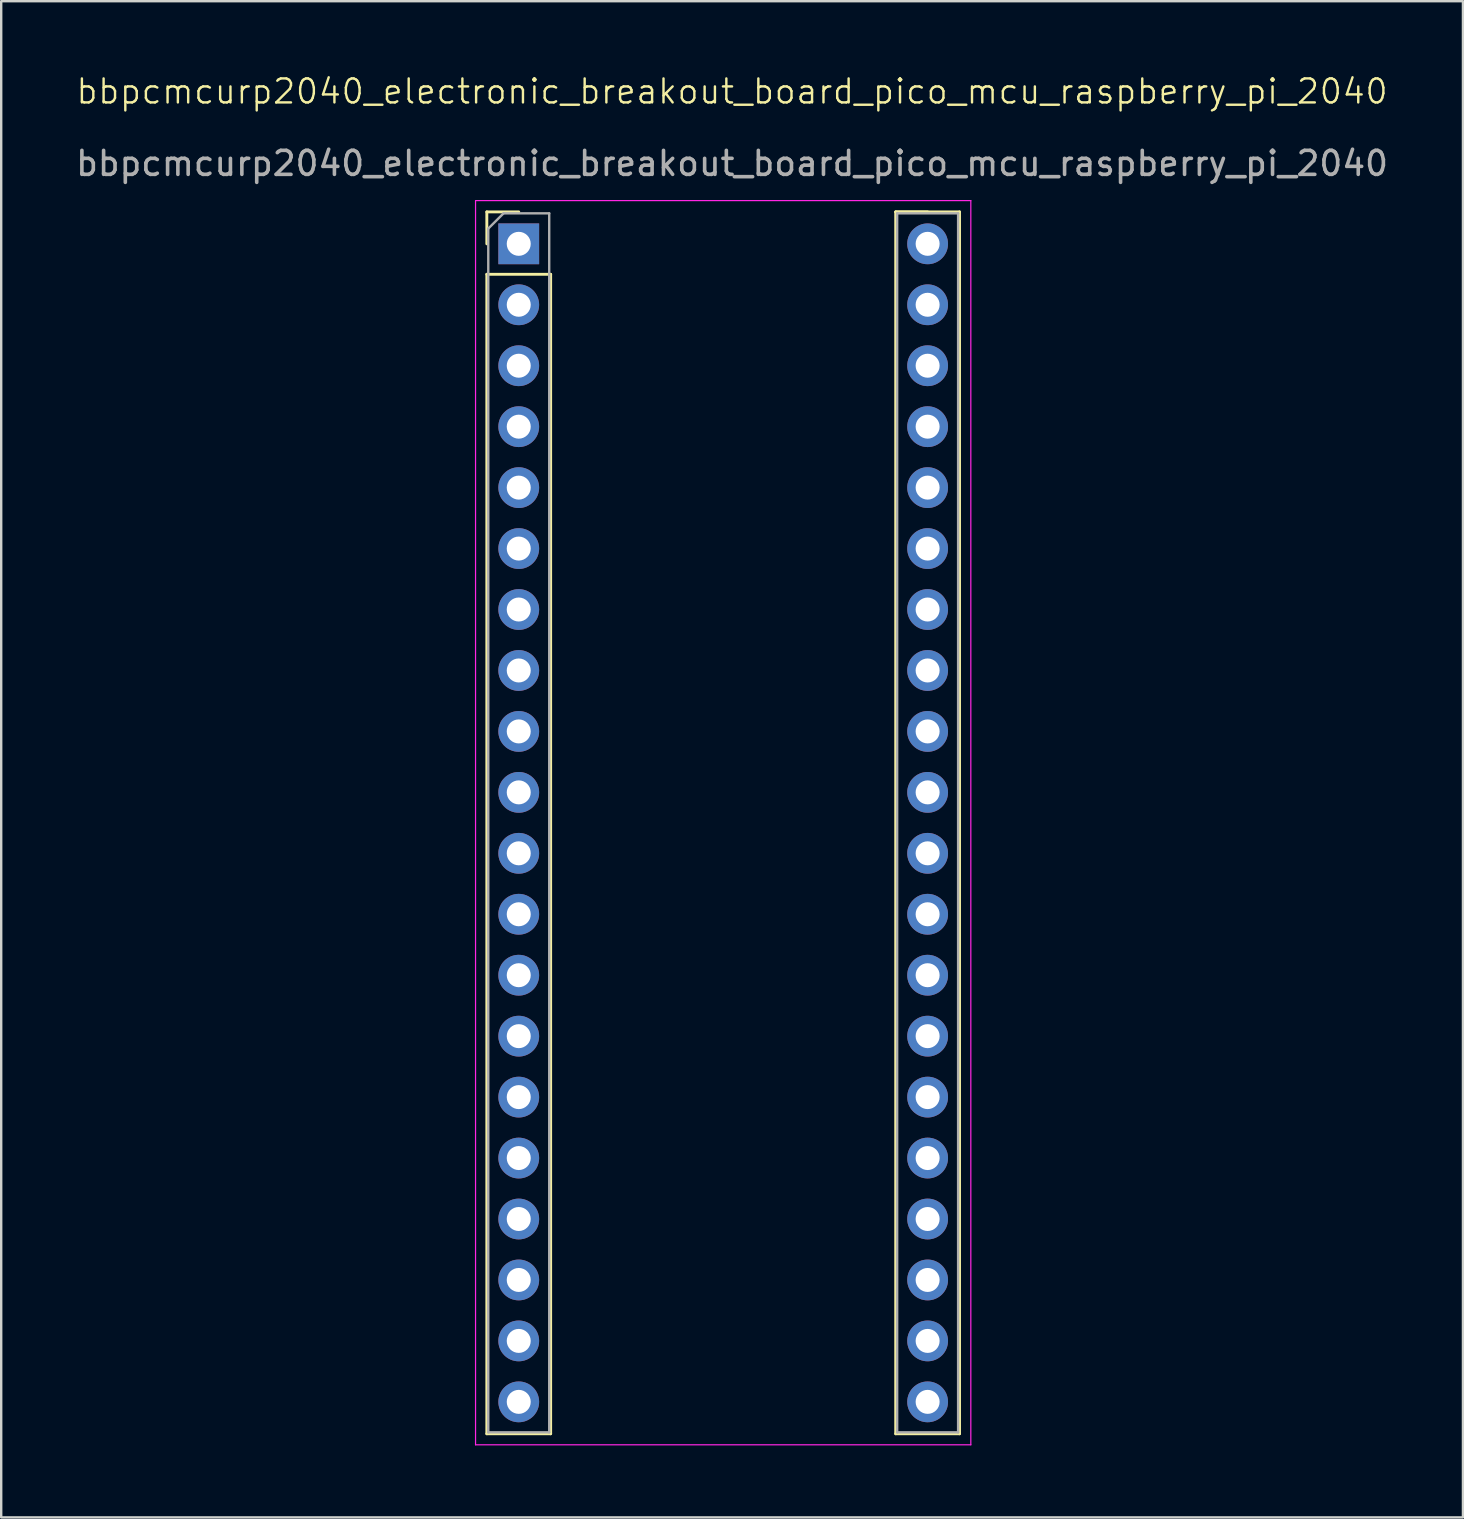
<source format=kicad_pcb>
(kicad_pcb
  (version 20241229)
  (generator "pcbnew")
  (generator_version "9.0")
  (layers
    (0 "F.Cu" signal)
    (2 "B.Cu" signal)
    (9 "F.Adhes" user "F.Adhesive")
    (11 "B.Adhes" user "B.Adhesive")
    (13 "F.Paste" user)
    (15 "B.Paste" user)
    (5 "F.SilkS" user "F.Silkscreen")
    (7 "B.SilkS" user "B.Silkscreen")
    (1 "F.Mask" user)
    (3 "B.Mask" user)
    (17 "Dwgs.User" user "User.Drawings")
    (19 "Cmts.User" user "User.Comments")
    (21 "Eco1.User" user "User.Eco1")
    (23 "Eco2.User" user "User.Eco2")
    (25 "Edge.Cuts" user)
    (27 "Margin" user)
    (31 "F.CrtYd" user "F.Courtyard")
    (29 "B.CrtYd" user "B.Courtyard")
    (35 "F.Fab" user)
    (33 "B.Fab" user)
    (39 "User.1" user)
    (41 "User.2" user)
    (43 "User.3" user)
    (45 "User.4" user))
  (footprint "bbpcmcurp2040_electronic_breakout_board_pico_mcu_raspberry_pi_2040"
    (layer "F.Cu")
    (at 18.568 7.111)
    (property "Reference" "bbpcmcurp2040_electronic_breakout_board_pico_mcu_raspberry_pi_2040" (at 8.89 -6.35 0) (unlocked yes) (layer "F.SilkS") (effects (font (size 1 1) (thickness 0.1))))
    (attr smd)
    (fp_line (start -1.33 -1.33) (end 0 -1.33) (stroke (width 0.12) (type solid)) (layer "F.SilkS"))
    (fp_line (start -1.33 0) (end -1.33 -1.33) (stroke (width 0.12) (type solid)) (layer "F.SilkS"))
    (fp_line (start -1.33 1.27) (end -1.33 49.59) (stroke (width 0.12) (type solid)) (layer "F.SilkS"))
    (fp_line (start -1.33 1.27) (end 1.33 1.27) (stroke (width 0.12) (type solid)) (layer "F.SilkS"))
    (fp_line (start -1.33 49.59) (end 1.33 49.59) (stroke (width 0.12) (type solid)) (layer "F.SilkS"))
    (fp_line (start 1.33 1.27) (end 1.33 49.59) (stroke (width 0.12) (type solid)) (layer "F.SilkS"))
    (fp_line (start 15.71 -1.33) (end 15.71 49.59) (stroke (width 0.12) (type solid)) (layer "F.SilkS"))
    (fp_line (start 15.71 -1.33) (end 17.04 -1.33) (stroke (width 0.12) (type solid)) (layer "F.SilkS"))
    (fp_line (start 15.71 -1.33) (end 18.37 -1.33) (stroke (width 0.12) (type solid)) (layer "F.SilkS"))
    (fp_line (start 15.71 49.59) (end 18.37 49.59) (stroke (width 0.12) (type solid)) (layer "F.SilkS"))
    (fp_line (start 18.37 -1.33) (end 18.37 49.59) (stroke (width 0.12) (type solid)) (layer "F.SilkS"))
    (fp_line (start -1.8 -1.8) (end -1.8 50.05) (stroke (width 0.05) (type solid)) (layer "F.CrtYd"))
    (fp_line (start -1.8 50.05) (end 18.84 50.05) (stroke (width 0.05) (type solid)) (layer "F.CrtYd"))
    (fp_line (start 18.84 -1.8) (end -1.8 -1.8) (stroke (width 0.05) (type solid)) (layer "F.CrtYd"))
    (fp_line (start 18.84 50.05) (end 18.84 -1.8) (stroke (width 0.05) (type solid)) (layer "F.CrtYd"))
    (fp_line (start -1.27 -0.635) (end -0.635 -1.27) (stroke (width 0.1) (type solid)) (layer "F.Fab"))
    (fp_line (start -1.27 49.53) (end -1.27 -0.635) (stroke (width 0.1) (type solid)) (layer "F.Fab"))
    (fp_line (start -0.635 -1.27) (end 1.27 -1.27) (stroke (width 0.1) (type solid)) (layer "F.Fab"))
    (fp_line (start 1.27 -1.27) (end 1.27 49.53) (stroke (width 0.1) (type solid)) (layer "F.Fab"))
    (fp_line (start 1.27 49.53) (end -1.27 49.53) (stroke (width 0.1) (type solid)) (layer "F.Fab"))
    (fp_line (start 15.77 -1.27) (end 18.31 -1.27) (stroke (width 0.1) (type solid)) (layer "F.Fab"))
    (fp_line (start 15.77 49.53) (end 15.77 -1.27) (stroke (width 0.1) (type solid)) (layer "F.Fab"))
    (fp_line (start 18.31 -1.27) (end 18.31 49.53) (stroke (width 0.1) (type solid)) (layer "F.Fab"))
    (fp_line (start 18.31 49.53) (end 15.77 49.53) (stroke (width 0.1) (type solid)) (layer "F.Fab"))
    (fp_text user "${REFERENCE}" (at 8.89 -3.35 0) (unlocked yes) (layer "F.Fab") (effects (font (size 1 1) (thickness 0.15))))
    (pad "1" thru_hole rect (at 0 0) (size 1.7 1.7) (drill 1) (layers "*.Cu" "*.Mask"))
    (pad "2" thru_hole oval (at 0 2.54) (size 1.7 1.7) (drill 1) (layers "*.Cu" "*.Mask"))
    (pad "3" thru_hole oval (at 0 5.08) (size 1.7 1.7) (drill 1) (layers "*.Cu" "*.Mask"))
    (pad "4" thru_hole oval (at 0 7.62) (size 1.7 1.7) (drill 1) (layers "*.Cu" "*.Mask"))
    (pad "5" thru_hole oval (at 0 10.16) (size 1.7 1.7) (drill 1) (layers "*.Cu" "*.Mask"))
    (pad "6" thru_hole oval (at 0 12.7) (size 1.7 1.7) (drill 1) (layers "*.Cu" "*.Mask"))
    (pad "7" thru_hole oval (at 0 15.24) (size 1.7 1.7) (drill 1) (layers "*.Cu" "*.Mask"))
    (pad "8" thru_hole oval (at 0 17.78) (size 1.7 1.7) (drill 1) (layers "*.Cu" "*.Mask"))
    (pad "9" thru_hole oval (at 0 20.32) (size 1.7 1.7) (drill 1) (layers "*.Cu" "*.Mask"))
    (pad "10" thru_hole oval (at 0 22.86) (size 1.7 1.7) (drill 1) (layers "*.Cu" "*.Mask"))
    (pad "11" thru_hole oval (at 0 25.4) (size 1.7 1.7) (drill 1) (layers "*.Cu" "*.Mask"))
    (pad "12" thru_hole oval (at 0 27.94) (size 1.7 1.7) (drill 1) (layers "*.Cu" "*.Mask"))
    (pad "13" thru_hole oval (at 0 30.48) (size 1.7 1.7) (drill 1) (layers "*.Cu" "*.Mask"))
    (pad "14" thru_hole oval (at 0 33.02) (size 1.7 1.7) (drill 1) (layers "*.Cu" "*.Mask"))
    (pad "15" thru_hole oval (at 0 35.56) (size 1.7 1.7) (drill 1) (layers "*.Cu" "*.Mask"))
    (pad "16" thru_hole oval (at 0 38.1) (size 1.7 1.7) (drill 1) (layers "*.Cu" "*.Mask"))
    (pad "17" thru_hole oval (at 0 40.64) (size 1.7 1.7) (drill 1) (layers "*.Cu" "*.Mask"))
    (pad "18" thru_hole oval (at 0 43.18) (size 1.7 1.7) (drill 1) (layers "*.Cu" "*.Mask"))
    (pad "19" thru_hole oval (at 0 45.72) (size 1.7 1.7) (drill 1) (layers "*.Cu" "*.Mask"))
    (pad "20" thru_hole oval (at 0 48.26) (size 1.7 1.7) (drill 1) (layers "*.Cu" "*.Mask"))
    (pad "21" thru_hole oval (at 17.04 48.26) (size 1.7 1.7) (drill 1) (layers "*.Cu" "*.Mask"))
    (pad "22" thru_hole oval (at 17.04 45.72) (size 1.7 1.7) (drill 1) (layers "*.Cu" "*.Mask"))
    (pad "23" thru_hole oval (at 17.04 43.18) (size 1.7 1.7) (drill 1) (layers "*.Cu" "*.Mask"))
    (pad "24" thru_hole oval (at 17.04 40.64) (size 1.7 1.7) (drill 1) (layers "*.Cu" "*.Mask"))
    (pad "25" thru_hole oval (at 17.04 38.1) (size 1.7 1.7) (drill 1) (layers "*.Cu" "*.Mask"))
    (pad "26" thru_hole oval (at 17.04 35.56) (size 1.7 1.7) (drill 1) (layers "*.Cu" "*.Mask"))
    (pad "27" thru_hole oval (at 17.04 33.02) (size 1.7 1.7) (drill 1) (layers "*.Cu" "*.Mask"))
    (pad "28" thru_hole oval (at 17.04 30.48) (size 1.7 1.7) (drill 1) (layers "*.Cu" "*.Mask"))
    (pad "29" thru_hole oval (at 17.04 27.94) (size 1.7 1.7) (drill 1) (layers "*.Cu" "*.Mask"))
    (pad "30" thru_hole oval (at 17.04 25.4) (size 1.7 1.7) (drill 1) (layers "*.Cu" "*.Mask"))
    (pad "31" thru_hole oval (at 17.04 22.86) (size 1.7 1.7) (drill 1) (layers "*.Cu" "*.Mask"))
    (pad "32" thru_hole oval (at 17.04 20.32) (size 1.7 1.7) (drill 1) (layers "*.Cu" "*.Mask"))
    (pad "33" thru_hole oval (at 17.04 17.78) (size 1.7 1.7) (drill 1) (layers "*.Cu" "*.Mask"))
    (pad "34" thru_hole oval (at 17.04 15.24) (size 1.7 1.7) (drill 1) (layers "*.Cu" "*.Mask"))
    (pad "35" thru_hole oval (at 17.04 12.7) (size 1.7 1.7) (drill 1) (layers "*.Cu" "*.Mask"))
    (pad "36" thru_hole oval (at 17.04 10.16) (size 1.7 1.7) (drill 1) (layers "*.Cu" "*.Mask"))
    (pad "37" thru_hole oval (at 17.04 7.62) (size 1.7 1.7) (drill 1) (layers "*.Cu" "*.Mask"))
    (pad "38" thru_hole oval (at 17.04 5.08) (size 1.7 1.7) (drill 1) (layers "*.Cu" "*.Mask"))
    (pad "39" thru_hole oval (at 17.04 2.54) (size 1.7 1.7) (drill 1) (layers "*.Cu" "*.Mask"))
    (pad "40" thru_hole circle (at 17.04 0) (size 1.7 1.7) (drill 1) (layers "*.Cu" "*.Mask")))
  (gr_rect
    (start -3 -3)
    (end 57.917 60.185)
    (stroke (width 0.1) (type default))
    (fill no)
    (layer "Edge.Cuts")))
</source>
